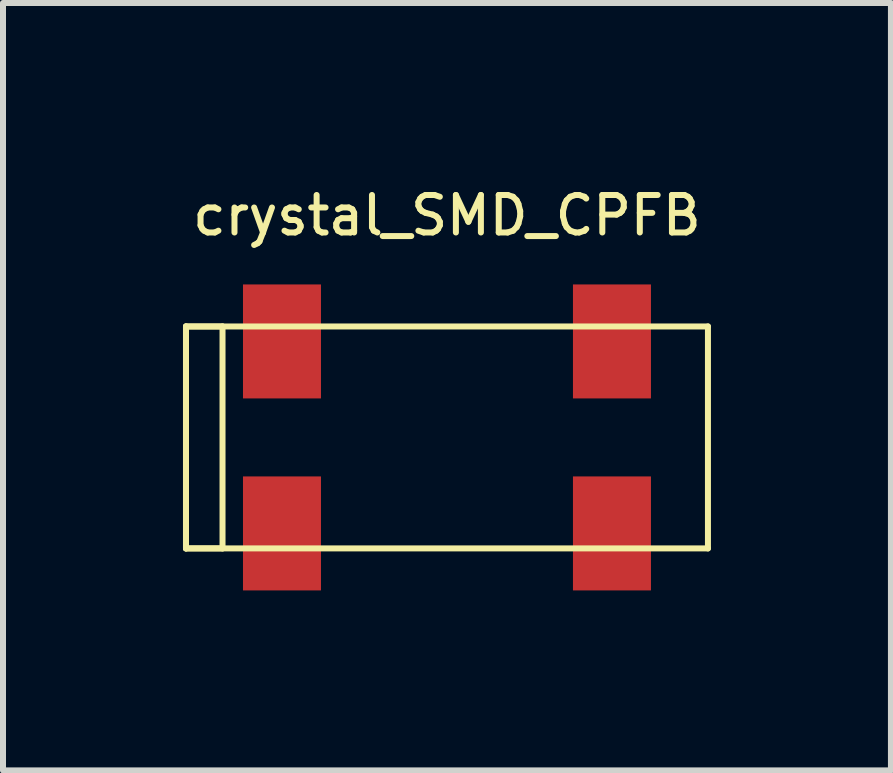
<source format=kicad_pcb>
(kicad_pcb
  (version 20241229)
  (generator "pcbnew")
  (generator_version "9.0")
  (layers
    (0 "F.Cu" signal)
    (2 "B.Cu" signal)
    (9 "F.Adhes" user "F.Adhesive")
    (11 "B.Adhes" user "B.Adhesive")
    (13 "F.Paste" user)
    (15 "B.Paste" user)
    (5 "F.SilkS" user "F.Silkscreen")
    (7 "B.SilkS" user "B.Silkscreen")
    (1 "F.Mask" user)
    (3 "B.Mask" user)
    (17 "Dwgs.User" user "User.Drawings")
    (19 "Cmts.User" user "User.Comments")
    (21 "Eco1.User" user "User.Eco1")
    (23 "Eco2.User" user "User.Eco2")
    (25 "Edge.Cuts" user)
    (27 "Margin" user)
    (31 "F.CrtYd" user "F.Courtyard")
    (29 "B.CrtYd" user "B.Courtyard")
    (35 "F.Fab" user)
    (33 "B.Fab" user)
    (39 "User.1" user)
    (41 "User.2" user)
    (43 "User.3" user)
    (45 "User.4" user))
  (footprint "crystal_SMD_CPFB"
    (layer "F.Cu")
    (at 4.4 4.241)
    (property "Reference" "crystal_SMD_CPFB" (at 0 -3.7 0) (layer "F.SilkS") (effects (font (size 0.625 0.625) (thickness 0.1))))
    (attr through_hole)
    (fp_line (start -4.35 -1.85) (end -4.35 1.85) (stroke (width 0.1) (type solid)) (layer "F.SilkS"))
    (fp_line (start -4.35 -1.85) (end -4.35 1.85) (stroke (width 0.1) (type solid)) (layer "F.SilkS"))
    (fp_line (start -4.35 1.85) (end -3.741 1.85) (stroke (width 0.1) (type solid)) (layer "F.SilkS"))
    (fp_line (start -4.35 1.85) (end 4.35 1.85) (stroke (width 0.1) (type solid)) (layer "F.SilkS"))
    (fp_line (start -3.741 -1.85) (end -4.35 -1.85) (stroke (width 0.1) (type solid)) (layer "F.SilkS"))
    (fp_line (start -3.741 1.85) (end -3.741 -1.85) (stroke (width 0.1) (type solid)) (layer "F.SilkS"))
    (fp_line (start 4.35 -1.85) (end -4.35 -1.85) (stroke (width 0.1) (type solid)) (layer "F.SilkS"))
    (fp_line (start 4.35 1.85) (end 4.35 -1.85) (stroke (width 0.1) (type solid)) (layer "F.SilkS"))
    (pad "1" smd rect (at -2.75 -1.6 180) (size 1.3 1.9) (layers "F.Cu" "F.Mask" "F.Paste"))
    (pad "2" smd rect (at -2.75 1.6 180) (size 1.3 1.9) (layers "F.Cu" "F.Mask" "F.Paste"))
    (pad "3" smd rect (at 2.75 1.6) (size 1.3 1.9) (layers "F.Cu" "F.Mask" "F.Paste"))
    (pad "4" smd rect (at 2.75 -1.6) (size 1.3 1.9) (layers "F.Cu" "F.Mask" "F.Paste")))
  (gr_rect
    (start -3 -3)
    (end 11.8 9.791)
    (stroke (width 0.1) (type default))
    (fill no)
    (layer "Edge.Cuts")))
</source>
